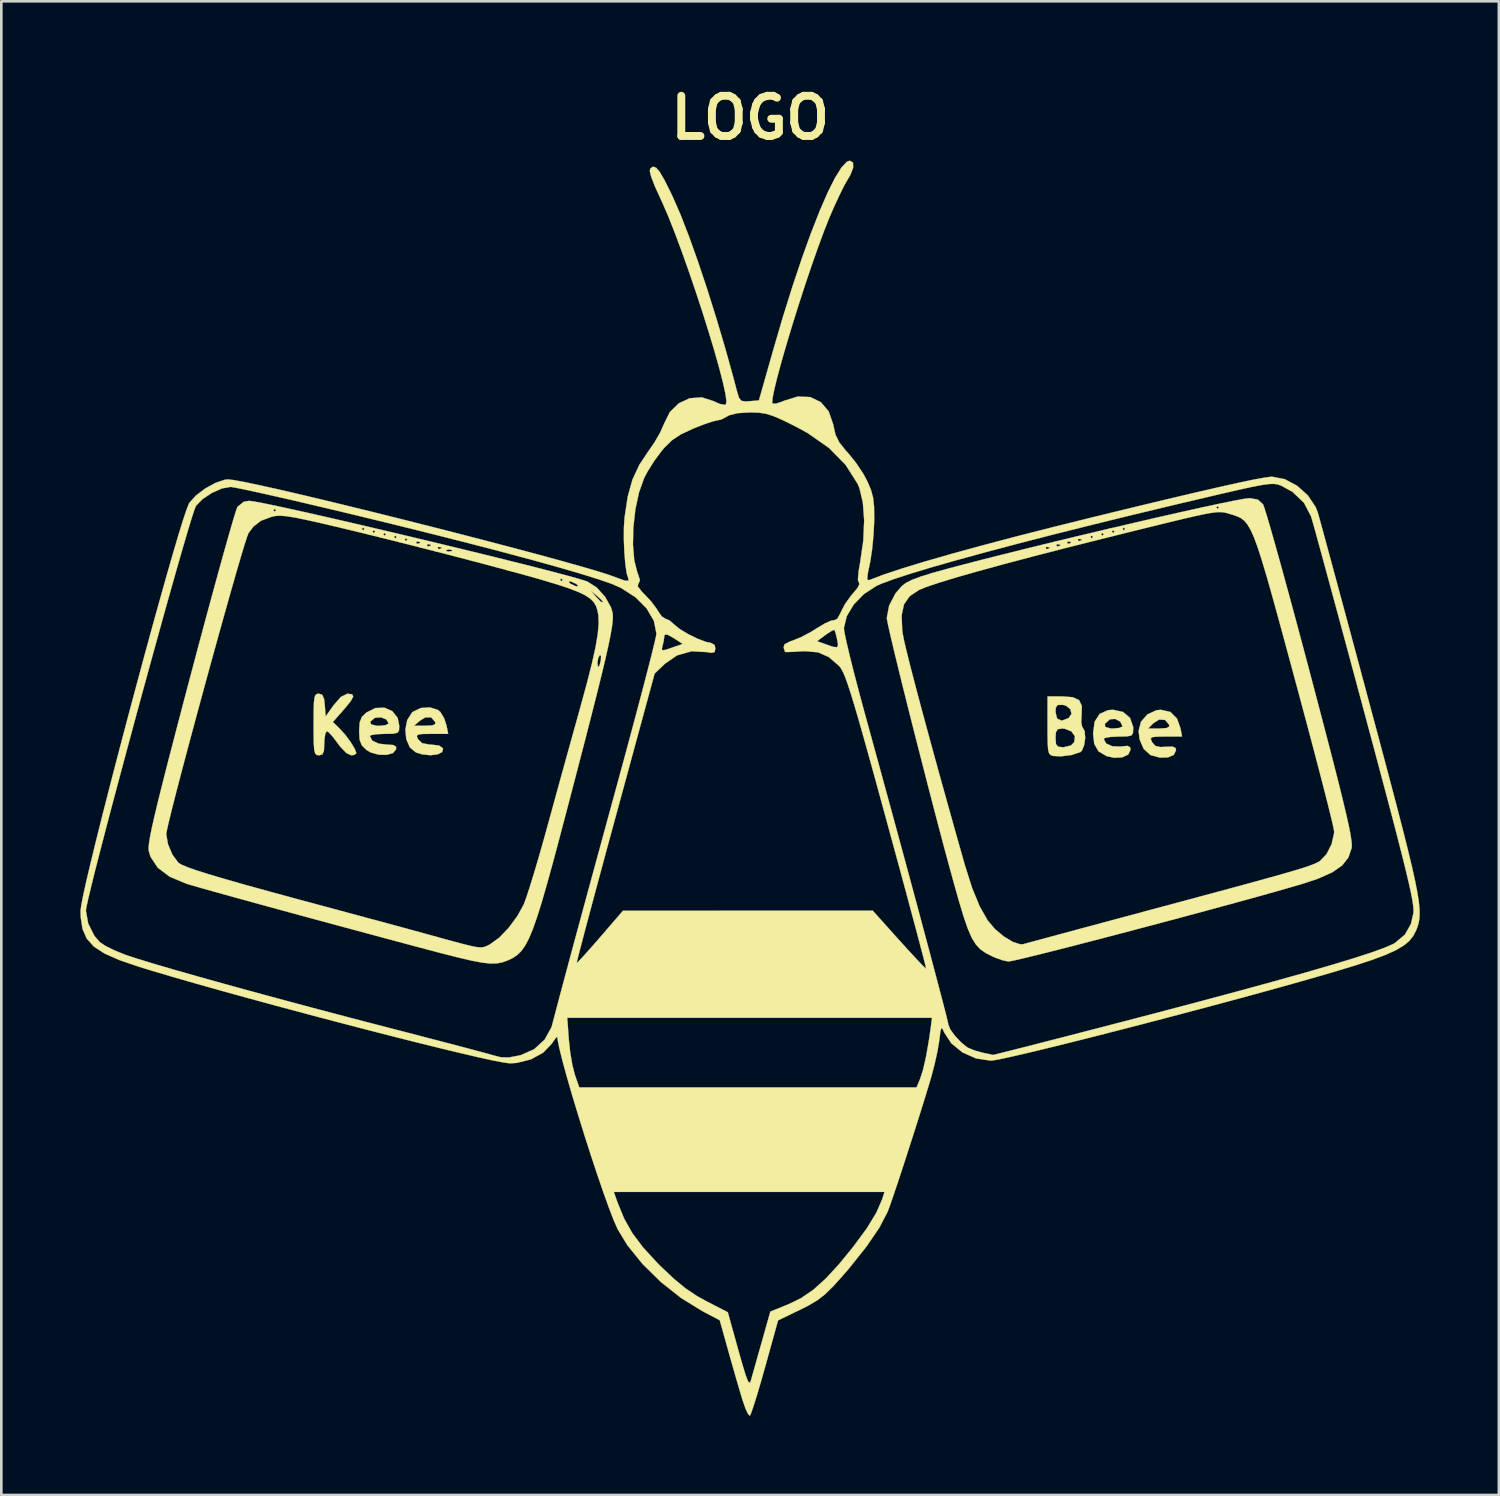
<source format=kicad_pcb>
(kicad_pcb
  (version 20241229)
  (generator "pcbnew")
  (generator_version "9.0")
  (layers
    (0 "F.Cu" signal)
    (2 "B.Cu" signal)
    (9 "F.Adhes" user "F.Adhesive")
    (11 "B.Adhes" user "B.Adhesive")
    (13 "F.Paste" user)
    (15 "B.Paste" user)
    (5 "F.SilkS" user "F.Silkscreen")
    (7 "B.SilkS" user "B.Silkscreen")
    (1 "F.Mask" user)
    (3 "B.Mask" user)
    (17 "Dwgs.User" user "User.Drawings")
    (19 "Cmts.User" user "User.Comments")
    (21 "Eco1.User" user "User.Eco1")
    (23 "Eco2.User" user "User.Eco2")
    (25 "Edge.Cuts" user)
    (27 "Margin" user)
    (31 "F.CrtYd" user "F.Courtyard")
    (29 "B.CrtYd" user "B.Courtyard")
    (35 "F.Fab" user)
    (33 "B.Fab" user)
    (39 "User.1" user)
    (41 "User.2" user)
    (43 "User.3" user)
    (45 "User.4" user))
  (footprint "LOGO"
    (layer "F.Cu")
    (at 25.405 26.818)
    (property "Reference" "LOGO" (at 0 -25.4 0) (layer "F.SilkS") (effects (font (size 1.524 1.524) (thickness 0.3))))
    (attr through_hole)
    (fp_poly (pts (xy 15.94 -2.863) (xy 16.192 -2.61) (xy 16.318 -2.254) (xy 16.383 -1.93) (xy 15.757 -1.93) (xy 15.417 -1.926) (xy 15.241 -1.904) (xy 15.193 -1.847) (xy 15.233 -1.74) (xy 15.245 -1.717) (xy 15.365 -1.577) (xy 15.561 -1.532) (xy 15.757 -1.542) (xy 16.021 -1.55) (xy 16.136 -1.495) (xy 16.154 -1.411) (xy 16.068 -1.236) (xy 15.845 -1.139) (xy 15.543 -1.13) (xy 15.215 -1.218) (xy 15.175 -1.236) (xy 14.925 -1.462) (xy 14.77 -1.823) (xy 14.732 -2.143) (xy 14.756 -2.235) (xy 15.093 -2.235) (xy 15.519 -2.235) (xy 15.79 -2.252) (xy 15.895 -2.31) (xy 15.889 -2.38) (xy 15.736 -2.56) (xy 15.513 -2.575) (xy 15.3 -2.442) (xy 15.093 -2.235) (xy 14.756 -2.235) (xy 14.824 -2.493) (xy 15.067 -2.771) (xy 15.407 -2.928) (xy 15.575 -2.946) (xy 15.94 -2.863)) (stroke (width 0.01) (type solid)) (fill yes) (layer "F.SilkS"))
    (fp_poly (pts (xy -11.852 -2.944) (xy -11.752 -2.864) (xy -11.611 -2.63) (xy -11.52 -2.356) (xy -11.455 -2.032) (xy -12.081 -2.032) (xy -12.421 -2.028) (xy -12.596 -2.005) (xy -12.645 -1.948) (xy -12.606 -1.842) (xy -12.598 -1.829) (xy -12.447 -1.681) (xy -12.173 -1.627) (xy -12.098 -1.626) (xy -11.798 -1.588) (xy -11.652 -1.485) (xy -11.65 -1.482) (xy -11.68 -1.343) (xy -11.856 -1.254) (xy -12.13 -1.222) (xy -12.449 -1.256) (xy -12.676 -1.325) (xy -12.908 -1.516) (xy -13.044 -1.827) (xy -13.08 -2.193) (xy -13.05 -2.344) (xy -12.751 -2.344) (xy -12.322 -2.34) (xy -12.05 -2.354) (xy -11.944 -2.41) (xy -11.949 -2.481) (xy -12.098 -2.656) (xy -12.321 -2.656) (xy -12.517 -2.538) (xy -12.751 -2.344) (xy -13.05 -2.344) (xy -13.011 -2.55) (xy -12.832 -2.836) (xy -12.793 -2.87) (xy -12.496 -3.013) (xy -12.153 -3.037) (xy -11.852 -2.944)) (stroke (width 0.01) (type solid)) (fill yes) (layer "F.SilkS"))
    (fp_poly (pts (xy 14.144 -2.863) (xy 14.409 -2.636) (xy 14.526 -2.299) (xy 14.529 -2.235) (xy 14.519 -2.061) (xy 14.458 -1.97) (xy 14.294 -1.936) (xy 13.979 -1.93) (xy 13.97 -1.93) (xy 13.664 -1.916) (xy 13.461 -1.878) (xy 13.411 -1.841) (xy 13.501 -1.669) (xy 13.73 -1.564) (xy 14.038 -1.55) (xy 14.072 -1.555) (xy 14.313 -1.577) (xy 14.412 -1.523) (xy 14.427 -1.427) (xy 14.339 -1.246) (xy 14.112 -1.14) (xy 13.801 -1.124) (xy 13.513 -1.19) (xy 13.212 -1.368) (xy 13.05 -1.652) (xy 13.005 -2.048) (xy 13.055 -2.415) (xy 13.454 -2.415) (xy 13.466 -2.297) (xy 13.667 -2.238) (xy 13.758 -2.235) (xy 13.997 -2.257) (xy 14.118 -2.311) (xy 14.122 -2.324) (xy 14.037 -2.495) (xy 13.847 -2.599) (xy 13.649 -2.585) (xy 13.637 -2.578) (xy 13.454 -2.415) (xy 13.055 -2.415) (xy 13.067 -2.498) (xy 13.255 -2.79) (xy 13.575 -2.931) (xy 13.767 -2.946) (xy 14.144 -2.863)) (stroke (width 0.01) (type solid)) (fill yes) (layer "F.SilkS"))
    (fp_poly (pts (xy -13.575 -2.894) (xy -13.372 -2.64) (xy -13.31 -2.337) (xy -13.319 -2.163) (xy -13.38 -2.072) (xy -13.544 -2.037) (xy -13.86 -2.032) (xy -13.868 -2.032) (xy -14.174 -2.019) (xy -14.377 -1.984) (xy -14.427 -1.951) (xy -14.335 -1.775) (xy -14.087 -1.66) (xy -13.79 -1.626) (xy -13.533 -1.609) (xy -13.432 -1.542) (xy -13.43 -1.448) (xy -13.548 -1.304) (xy -13.792 -1.235) (xy -14.097 -1.243) (xy -14.399 -1.329) (xy -14.56 -1.425) (xy -14.733 -1.597) (xy -14.814 -1.806) (xy -14.834 -2.133) (xy -14.834 -2.134) (xy -14.813 -2.462) (xy -14.801 -2.493) (xy -14.411 -2.493) (xy -14.379 -2.391) (xy -14.166 -2.34) (xy -14.072 -2.337) (xy -13.837 -2.361) (xy -13.719 -2.422) (xy -13.716 -2.435) (xy -13.801 -2.577) (xy -13.997 -2.658) (xy -14.212 -2.646) (xy -14.252 -2.628) (xy -14.411 -2.493) (xy -14.801 -2.493) (xy -14.732 -2.672) (xy -14.566 -2.837) (xy -14.219 -3.012) (xy -13.873 -3.024) (xy -13.575 -2.894)) (stroke (width 0.01) (type solid)) (fill yes) (layer "F.SilkS"))
    (fp_poly (pts (xy -16.233 -3.516) (xy -16.164 -3.364) (xy -16.135 -3.124) (xy -16.104 -2.692) (xy -15.799 -3.122) (xy -15.524 -3.436) (xy -15.283 -3.553) (xy -15.265 -3.554) (xy -15.098 -3.533) (xy -15.056 -3.45) (xy -15.146 -3.28) (xy -15.375 -2.998) (xy -15.433 -2.931) (xy -15.83 -2.481) (xy -15.569 -2.231) (xy -15.36 -1.998) (xy -15.155 -1.722) (xy -14.999 -1.467) (xy -14.936 -1.297) (xy -14.936 -1.295) (xy -15.02 -1.233) (xy -15.134 -1.219) (xy -15.319 -1.306) (xy -15.549 -1.544) (xy -15.646 -1.676) (xy -15.837 -1.93) (xy -15.993 -2.096) (xy -16.058 -2.134) (xy -16.115 -2.043) (xy -16.15 -1.813) (xy -16.154 -1.676) (xy -16.168 -1.391) (xy -16.223 -1.256) (xy -16.343 -1.219) (xy -16.358 -1.219) (xy -16.445 -1.232) (xy -16.503 -1.292) (xy -16.537 -1.434) (xy -16.555 -1.692) (xy -16.56 -2.102) (xy -16.561 -2.388) (xy -16.558 -2.89) (xy -16.548 -3.224) (xy -16.523 -3.423) (xy -16.477 -3.521) (xy -16.406 -3.554) (xy -16.363 -3.556) (xy -16.233 -3.516)) (stroke (width 0.01) (type solid)) (fill yes) (layer "F.SilkS"))
    (fp_poly (pts (xy 12.235 -3.423) (xy 12.478 -3.309) (xy 12.581 -3.089) (xy 12.571 -2.742) (xy 12.557 -2.474) (xy 12.59 -2.301) (xy 12.608 -2.28) (xy 12.689 -2.128) (xy 12.706 -1.871) (xy 12.666 -1.596) (xy 12.578 -1.388) (xy 12.522 -1.339) (xy 12.184 -1.229) (xy 11.781 -1.179) (xy 11.506 -1.193) (xy 11.406 -1.221) (xy 11.34 -1.285) (xy 11.302 -1.423) (xy 11.284 -1.671) (xy 11.281 -1.88) (xy 11.582 -1.88) (xy 11.6 -1.641) (xy 11.686 -1.543) (xy 11.884 -1.524) (xy 12.172 -1.595) (xy 12.29 -1.72) (xy 12.316 -1.943) (xy 12.181 -2.128) (xy 11.927 -2.228) (xy 11.829 -2.235) (xy 11.662 -2.207) (xy 11.594 -2.084) (xy 11.582 -1.88) (xy 11.281 -1.88) (xy 11.278 -2.067) (xy 11.278 -2.344) (xy 11.278 -2.852) (xy 11.582 -2.852) (xy 11.644 -2.609) (xy 11.815 -2.532) (xy 12.074 -2.629) (xy 12.075 -2.63) (xy 12.187 -2.789) (xy 12.144 -2.968) (xy 11.974 -3.103) (xy 11.861 -3.131) (xy 11.666 -3.13) (xy 11.592 -3.026) (xy 11.582 -2.852) (xy 11.278 -2.852) (xy 11.278 -3.454) (xy 11.824 -3.454) (xy 12.235 -3.423)) (stroke (width 0.01) (type solid)) (fill yes) (layer "F.SilkS"))
    (fp_poly (pts (xy 19.258 -10.918) (xy 19.452 -10.74) (xy 19.504 -10.602) (xy 19.603 -10.286) (xy 19.743 -9.807) (xy 19.92 -9.185) (xy 20.129 -8.435) (xy 20.365 -7.576) (xy 20.624 -6.624) (xy 20.899 -5.597) (xy 21.188 -4.514) (xy 21.245 -4.295) (xy 21.588 -2.994) (xy 21.881 -1.875) (xy 22.127 -0.924) (xy 22.33 -0.127) (xy 22.492 0.53) (xy 22.618 1.06) (xy 22.711 1.478) (xy 22.773 1.797) (xy 22.808 2.032) (xy 22.821 2.197) (xy 22.813 2.3) (xy 22.691 2.658) (xy 22.454 2.959) (xy 22.08 3.219) (xy 21.545 3.458) (xy 21.02 3.634) (xy 20.555 3.772) (xy 19.957 3.943) (xy 19.247 4.142) (xy 18.448 4.362) (xy 17.582 4.598) (xy 16.669 4.844) (xy 15.733 5.095) (xy 14.794 5.344) (xy 13.874 5.587) (xy 12.995 5.816) (xy 12.18 6.027) (xy 11.448 6.213) (xy 10.823 6.37) (xy 10.325 6.49) (xy 9.978 6.57) (xy 9.802 6.601) (xy 9.792 6.602) (xy 9.583 6.559) (xy 9.292 6.455) (xy 9.195 6.413) (xy 8.941 6.285) (xy 8.734 6.142) (xy 8.56 5.957) (xy 8.404 5.703) (xy 8.252 5.354) (xy 8.09 4.882) (xy 7.904 4.261) (xy 7.732 3.652) (xy 7.56 3.027) (xy 7.363 2.297) (xy 7.148 1.486) (xy 6.921 0.617) (xy 6.686 -0.289) (xy 6.45 -1.21) (xy 6.217 -2.121) (xy 5.995 -3.003) (xy 5.788 -3.831) (xy 5.603 -4.583) (xy 5.444 -5.238) (xy 5.318 -5.772) (xy 5.23 -6.164) (xy 5.186 -6.39) (xy 5.182 -6.429) (xy 5.201 -6.533) (xy 5.745 -6.533) (xy 5.766 -5.979) (xy 5.784 -5.838) (xy 5.836 -5.576) (xy 5.94 -5.132) (xy 6.093 -4.523) (xy 6.291 -3.763) (xy 6.53 -2.866) (xy 6.806 -1.848) (xy 7.115 -0.721) (xy 7.454 0.498) (xy 7.817 1.795) (xy 8.14 2.934) (xy 8.42 3.818) (xy 8.707 4.516) (xy 9.008 5.043) (xy 9.284 5.371) (xy 9.629 5.658) (xy 9.968 5.86) (xy 10.25 5.951) (xy 10.363 5.944) (xy 10.49 5.908) (xy 10.793 5.826) (xy 11.251 5.702) (xy 11.846 5.541) (xy 12.557 5.349) (xy 13.363 5.133) (xy 14.245 4.896) (xy 15.088 4.669) (xy 16.352 4.33) (xy 17.435 4.038) (xy 18.352 3.791) (xy 19.117 3.582) (xy 19.746 3.408) (xy 20.253 3.265) (xy 20.653 3.149) (xy 20.962 3.054) (xy 21.194 2.977) (xy 21.364 2.914) (xy 21.488 2.859) (xy 21.579 2.81) (xy 21.614 2.788) (xy 21.861 2.53) (xy 22.051 2.155) (xy 22.145 1.749) (xy 22.149 1.663) (xy 22.123 1.517) (xy 22.048 1.192) (xy 21.929 0.709) (xy 21.771 0.086) (xy 21.578 -0.658) (xy 21.356 -1.506) (xy 21.109 -2.437) (xy 20.842 -3.435) (xy 20.65 -4.147) (xy 20.317 -5.377) (xy 20.032 -6.426) (xy 19.788 -7.308) (xy 19.58 -8.04) (xy 19.401 -8.637) (xy 19.247 -9.113) (xy 19.11 -9.483) (xy 18.985 -9.762) (xy 18.866 -9.967) (xy 18.747 -10.111) (xy 18.622 -10.21) (xy 18.485 -10.278) (xy 18.331 -10.332) (xy 18.201 -10.371) (xy 18.084 -10.406) (xy 17.975 -10.431) (xy 17.854 -10.444) (xy 17.703 -10.44) (xy 17.501 -10.415) (xy 17.232 -10.367) (xy 16.874 -10.291) (xy 16.409 -10.184) (xy 15.818 -10.041) (xy 15.083 -9.86) (xy 14.182 -9.637) (xy 13.411 -9.445) (xy 12.016 -9.094) (xy 10.747 -8.768) (xy 9.617 -8.468) (xy 8.634 -8.199) (xy 7.809 -7.963) (xy 7.153 -7.763) (xy 6.675 -7.602) (xy 6.401 -7.489) (xy 6.05 -7.255) (xy 5.835 -6.947) (xy 5.745 -6.533) (xy 5.201 -6.533) (xy 5.27 -6.898) (xy 5.512 -7.361) (xy 5.755 -7.642) (xy 5.908 -7.758) (xy 6.13 -7.871) (xy 6.451 -7.992) (xy 6.898 -8.132) (xy 7.501 -8.3) (xy 7.825 -8.386) (xy 8.648 -8.6) (xy 9.551 -8.829) (xy 10.513 -9.068) (xy 10.686 -9.11) (xy 11.21 -9.11) (xy 11.224 -9.05) (xy 11.278 -9.042) (xy 11.361 -9.08) (xy 11.345 -9.11) (xy 11.225 -9.122) (xy 11.21 -9.11) (xy 10.686 -9.11) (xy 11.101 -9.212) (xy 11.616 -9.212) (xy 11.63 -9.151) (xy 11.684 -9.144) (xy 11.768 -9.181) (xy 11.752 -9.212) (xy 11.631 -9.224) (xy 11.616 -9.212) (xy 11.101 -9.212) (xy 11.514 -9.313) (xy 11.517 -9.313) (xy 12.023 -9.313) (xy 12.037 -9.253) (xy 12.09 -9.246) (xy 12.174 -9.283) (xy 12.158 -9.313) (xy 12.038 -9.325) (xy 12.023 -9.313) (xy 11.517 -9.313) (xy 11.938 -9.415) (xy 12.429 -9.415) (xy 12.443 -9.355) (xy 12.497 -9.347) (xy 12.58 -9.384) (xy 12.565 -9.415) (xy 12.444 -9.427) (xy 12.429 -9.415) (xy 11.938 -9.415) (xy 12.29 -9.5) (xy 12.903 -9.5) (xy 12.954 -9.449) (xy 13.005 -9.5) (xy 12.954 -9.55) (xy 12.903 -9.5) (xy 12.29 -9.5) (xy 12.531 -9.558) (xy 12.713 -9.601) (xy 13.31 -9.601) (xy 13.36 -9.55) (xy 13.411 -9.601) (xy 13.36 -9.652) (xy 13.31 -9.601) (xy 12.713 -9.601) (xy 13.141 -9.703) (xy 13.716 -9.703) (xy 13.767 -9.652) (xy 13.818 -9.703) (xy 13.767 -9.754) (xy 13.716 -9.703) (xy 13.141 -9.703) (xy 13.544 -9.799) (xy 13.569 -9.804) (xy 14.122 -9.804) (xy 14.173 -9.754) (xy 14.224 -9.804) (xy 14.173 -9.855) (xy 14.122 -9.804) (xy 13.569 -9.804) (xy 14.531 -10.03) (xy 15.471 -10.247) (xy 16.343 -10.445) (xy 17.12 -10.617) (xy 17.678 -10.617) (xy 17.729 -10.566) (xy 17.78 -10.617) (xy 17.729 -10.668) (xy 17.678 -10.617) (xy 17.12 -10.617) (xy 17.126 -10.619) (xy 17.798 -10.763) (xy 18.339 -10.874) (xy 18.726 -10.945) (xy 18.94 -10.973) (xy 18.949 -10.973) (xy 19.258 -10.918)) (stroke (width 0.01) (type solid)) (fill yes) (layer "F.SilkS"))
    (fp_poly (pts (xy -18.821 -10.847) (xy -18.456 -10.779) (xy -17.938 -10.671) (xy -17.286 -10.53) (xy -16.524 -10.359) (xy -15.671 -10.164) (xy -14.749 -9.951) (xy -13.78 -9.723) (xy -12.785 -9.487) (xy -11.786 -9.248) (xy -10.804 -9.01) (xy -9.86 -8.779) (xy -8.975 -8.559) (xy -8.172 -8.357) (xy -7.472 -8.176) (xy -6.895 -8.023) (xy -6.464 -7.902) (xy -6.199 -7.818) (xy -6.172 -7.808) (xy -5.821 -7.582) (xy -5.503 -7.231) (xy -5.279 -6.829) (xy -5.221 -6.632) (xy -5.209 -6.505) (xy -5.214 -6.335) (xy -5.241 -6.107) (xy -5.291 -5.805) (xy -5.37 -5.418) (xy -5.479 -4.929) (xy -5.623 -4.326) (xy -5.804 -3.594) (xy -6.026 -2.719) (xy -6.291 -1.686) (xy -6.604 -0.482) (xy -6.876 0.559) (xy -7.192 1.761) (xy -7.464 2.783) (xy -7.7 3.639) (xy -7.904 4.346) (xy -8.084 4.92) (xy -8.245 5.377) (xy -8.394 5.733) (xy -8.537 6.003) (xy -8.68 6.204) (xy -8.83 6.351) (xy -8.991 6.461) (xy -9.172 6.55) (xy -9.212 6.567) (xy -9.407 6.636) (xy -9.61 6.675) (xy -9.852 6.68) (xy -10.158 6.647) (xy -10.557 6.572) (xy -11.077 6.451) (xy -11.746 6.281) (xy -12.294 6.136) (xy -13.402 5.84) (xy -14.518 5.54) (xy -15.621 5.243) (xy -16.688 4.954) (xy -17.7 4.679) (xy -18.636 4.423) (xy -19.474 4.192) (xy -20.193 3.993) (xy -20.773 3.83) (xy -21.193 3.71) (xy -21.382 3.653) (xy -22.018 3.387) (xy -22.475 3.043) (xy -22.749 2.624) (xy -22.813 2.404) (xy -22.819 2.292) (xy -22.803 2.117) (xy -22.762 1.864) (xy -22.744 1.774) (xy -22.149 1.774) (xy -22.083 2.155) (xy -21.916 2.548) (xy -21.694 2.849) (xy -21.68 2.861) (xy -21.562 2.933) (xy -21.339 3.027) (xy -21 3.146) (xy -20.533 3.293) (xy -19.926 3.474) (xy -19.168 3.69) (xy -18.245 3.945) (xy -17.147 4.244) (xy -16.154 4.511) (xy -15.355 4.726) (xy -14.511 4.954) (xy -13.677 5.179) (xy -12.908 5.388) (xy -12.258 5.566) (xy -12.04 5.626) (xy -11.402 5.802) (xy -10.929 5.929) (xy -10.591 6.013) (xy -10.357 6.058) (xy -10.196 6.068) (xy -10.076 6.048) (xy -9.968 6.002) (xy -9.868 5.95) (xy -9.521 5.699) (xy -9.156 5.318) (xy -8.824 4.866) (xy -8.587 4.432) (xy -8.496 4.188) (xy -8.363 3.781) (xy -8.198 3.247) (xy -8.013 2.62) (xy -7.818 1.934) (xy -7.69 1.473) (xy -7.462 0.641) (xy -7.211 -0.272) (xy -6.954 -1.201) (xy -6.71 -2.08) (xy -6.497 -2.844) (xy -6.455 -2.997) (xy -6.198 -3.936) (xy -6.003 -4.705) (xy -5.997 -4.732) (xy -5.793 -4.732) (xy -5.779 -4.594) (xy -5.752 -4.572) (xy -5.706 -4.658) (xy -5.665 -4.823) (xy -5.658 -4.99) (xy -5.704 -5.02) (xy -5.764 -4.908) (xy -5.793 -4.732) (xy -5.997 -4.732) (xy -5.865 -5.326) (xy -5.781 -5.822) (xy -5.747 -6.215) (xy -5.758 -6.528) (xy -5.799 -6.738) (xy -5.853 -6.892) (xy -5.936 -7.03) (xy -6.064 -7.16) (xy -6.255 -7.286) (xy -6.525 -7.417) (xy -6.658 -7.468) (xy -6.045 -7.468) (xy -5.852 -7.239) (xy -5.672 -7.047) (xy -5.593 -7.019) (xy -5.588 -7.045) (xy -5.657 -7.128) (xy -5.817 -7.274) (xy -6.045 -7.468) (xy -6.658 -7.468) (xy -6.892 -7.558) (xy -7.373 -7.716) (xy -7.582 -7.778) (xy -6.876 -7.778) (xy -6.807 -7.722) (xy -6.622 -7.636) (xy -6.553 -7.623) (xy -6.535 -7.665) (xy -6.604 -7.722) (xy -6.789 -7.808) (xy -6.858 -7.82) (xy -6.876 -7.778) (xy -7.582 -7.778) (xy -7.904 -7.874) (xy -7.214 -7.874) (xy -7.163 -7.823) (xy -7.112 -7.874) (xy -7.163 -7.925) (xy -7.214 -7.874) (xy -7.904 -7.874) (xy -7.984 -7.898) (xy -8.742 -8.11) (xy -9.666 -8.359) (xy -10.668 -8.625) (xy -11.536 -8.851) (xy -11.98 -8.965) (xy -11.538 -8.965) (xy -11.438 -8.949) (xy -11.307 -8.968) (xy -11.305 -9.002) (xy -11.441 -9.026) (xy -11.5 -9.01) (xy -11.538 -8.965) (xy -11.98 -8.965) (xy -12.485 -9.094) (xy -12.547 -9.11) (xy -11.853 -9.11) (xy -11.839 -9.05) (xy -11.786 -9.042) (xy -11.702 -9.08) (xy -11.718 -9.11) (xy -11.838 -9.122) (xy -11.853 -9.11) (xy -12.547 -9.11) (xy -12.949 -9.212) (xy -12.26 -9.212) (xy -12.246 -9.151) (xy -12.192 -9.144) (xy -12.108 -9.181) (xy -12.124 -9.212) (xy -12.245 -9.224) (xy -12.26 -9.212) (xy -12.949 -9.212) (xy -13.352 -9.313) (xy -12.666 -9.313) (xy -12.652 -9.253) (xy -12.598 -9.246) (xy -12.515 -9.283) (xy -12.531 -9.313) (xy -12.651 -9.325) (xy -12.666 -9.313) (xy -13.352 -9.313) (xy -13.453 -9.339) (xy -13.691 -9.398) (xy -13.106 -9.398) (xy -13.056 -9.347) (xy -13.005 -9.398) (xy -13.056 -9.449) (xy -13.106 -9.398) (xy -13.691 -9.398) (xy -14.099 -9.5) (xy -13.513 -9.5) (xy -13.462 -9.449) (xy -13.411 -9.5) (xy -13.462 -9.55) (xy -13.513 -9.5) (xy -14.099 -9.5) (xy -14.38 -9.569) (xy -14.51 -9.601) (xy -13.919 -9.601) (xy -13.868 -9.55) (xy -13.818 -9.601) (xy -13.868 -9.652) (xy -13.919 -9.601) (xy -14.51 -9.601) (xy -14.927 -9.703) (xy -14.326 -9.703) (xy -14.275 -9.652) (xy -14.224 -9.703) (xy -14.275 -9.754) (xy -14.326 -9.703) (xy -14.927 -9.703) (xy -15.203 -9.77) (xy -15.346 -9.804) (xy -14.732 -9.804) (xy -14.681 -9.754) (xy -14.63 -9.804) (xy -14.681 -9.855) (xy -14.732 -9.804) (xy -15.346 -9.804) (xy -15.561 -9.856) (xy -16.294 -10.027) (xy -16.858 -10.153) (xy -17.283 -10.239) (xy -17.596 -10.289) (xy -17.826 -10.307) (xy -18.002 -10.298) (xy -18.152 -10.266) (xy -18.555 -10.116) (xy -18.837 -9.901) (xy -19.026 -9.652) (xy -19.083 -9.508) (xy -19.185 -9.19) (xy -19.327 -8.719) (xy -19.503 -8.117) (xy -19.706 -7.406) (xy -19.931 -6.608) (xy -20.172 -5.746) (xy -20.423 -4.839) (xy -20.677 -3.912) (xy -20.929 -2.985) (xy -21.173 -2.08) (xy -21.403 -1.22) (xy -21.612 -0.427) (xy -21.796 0.279) (xy -21.947 0.875) (xy -22.06 1.338) (xy -22.129 1.648) (xy -22.149 1.774) (xy -22.744 1.774) (xy -22.693 1.521) (xy -22.592 1.073) (xy -22.456 0.507) (xy -22.282 -0.19) (xy -22.067 -1.032) (xy -21.807 -2.033) (xy -21.5 -3.207) (xy -21.24 -4.192) (xy -20.95 -5.286) (xy -20.671 -6.326) (xy -20.409 -7.294) (xy -20.168 -8.174) (xy -19.954 -8.947) (xy -19.77 -9.597) (xy -19.623 -10.105) (xy -19.516 -10.455) (xy -19.495 -10.516) (xy -18.085 -10.516) (xy -18.034 -10.465) (xy -17.983 -10.516) (xy -18.034 -10.566) (xy -18.085 -10.516) (xy -19.495 -10.516) (xy -19.454 -10.63) (xy -19.448 -10.643) (xy -19.21 -10.837) (xy -19.009 -10.871) (xy -18.821 -10.847)) (stroke (width 0.01) (type solid)) (fill yes) (layer "F.SilkS"))
    (fp_poly (pts (xy 3.901 -23.7) (xy 3.906 -23.503) (xy 3.796 -23.224) (xy 3.72 -23.098) (xy 3.574 -22.843) (xy 3.382 -22.456) (xy 3.169 -21.996) (xy 3.007 -21.62) (xy 2.8 -21.1) (xy 2.572 -20.482) (xy 2.33 -19.793) (xy 2.082 -19.058) (xy 1.837 -18.302) (xy 1.601 -17.551) (xy 1.384 -16.83) (xy 1.192 -16.166) (xy 1.034 -15.584) (xy 0.917 -15.108) (xy 0.849 -14.766) (xy 0.838 -14.583) (xy 0.847 -14.563) (xy 0.974 -14.557) (xy 1.204 -14.631) (xy 1.275 -14.663) (xy 1.803 -14.827) (xy 2.28 -14.807) (xy 2.68 -14.615) (xy 2.978 -14.263) (xy 3.151 -13.764) (xy 3.157 -13.726) (xy 3.237 -13.378) (xy 3.378 -13.091) (xy 3.624 -12.781) (xy 3.711 -12.687) (xy 4.014 -12.314) (xy 4.299 -11.884) (xy 4.448 -11.605) (xy 4.583 -11.283) (xy 4.662 -10.99) (xy 4.699 -10.654) (xy 4.705 -10.201) (xy 4.704 -10.109) (xy 4.679 -9.587) (xy 4.626 -9.039) (xy 4.555 -8.57) (xy 4.541 -8.502) (xy 4.466 -8.142) (xy 4.44 -7.942) (xy 4.462 -7.864) (xy 4.534 -7.871) (xy 4.558 -7.881) (xy 5.057 -8.071) (xy 5.742 -8.299) (xy 6.599 -8.561) (xy 7.617 -8.854) (xy 8.781 -9.173) (xy 10.078 -9.516) (xy 11.496 -9.878) (xy 13.02 -10.256) (xy 14.49 -10.614) (xy 15.769 -10.921) (xy 16.863 -11.179) (xy 17.778 -11.39) (xy 18.519 -11.555) (xy 19.091 -11.675) (xy 19.501 -11.75) (xy 19.753 -11.784) (xy 19.8 -11.786) (xy 20.277 -11.693) (xy 20.746 -11.443) (xy 21.155 -11.076) (xy 21.45 -10.632) (xy 21.525 -10.442) (xy 21.569 -10.29) (xy 21.66 -9.959) (xy 21.795 -9.465) (xy 21.969 -8.823) (xy 22.178 -8.052) (xy 22.417 -7.167) (xy 22.682 -6.185) (xy 22.968 -5.122) (xy 23.271 -3.995) (xy 23.515 -3.083) (xy 23.895 -1.665) (xy 24.224 -0.429) (xy 24.506 0.64) (xy 24.743 1.554) (xy 24.938 2.329) (xy 25.095 2.978) (xy 25.215 3.516) (xy 25.302 3.957) (xy 25.359 4.314) (xy 25.388 4.602) (xy 25.393 4.836) (xy 25.376 5.028) (xy 25.341 5.194) (xy 25.29 5.347) (xy 25.258 5.425) (xy 25.15 5.635) (xy 24.999 5.824) (xy 24.785 6.001) (xy 24.49 6.174) (xy 24.094 6.353) (xy 23.578 6.545) (xy 22.923 6.76) (xy 22.11 7.006) (xy 21.119 7.292) (xy 21.082 7.303) (xy 20.154 7.564) (xy 19.16 7.838) (xy 18.119 8.12) (xy 17.051 8.407) (xy 15.974 8.691) (xy 14.91 8.97) (xy 13.878 9.236) (xy 12.896 9.487) (xy 11.985 9.715) (xy 11.165 9.917) (xy 10.454 10.088) (xy 9.873 10.221) (xy 9.441 10.314) (xy 9.178 10.359) (xy 9.125 10.363) (xy 8.568 10.28) (xy 8.052 10.051) (xy 7.631 9.708) (xy 7.367 9.308) (xy 7.296 9.155) (xy 7.251 9.129) (xy 7.216 9.253) (xy 7.177 9.551) (xy 7.17 9.613) (xy 7.105 10.002) (xy 6.997 10.49) (xy 6.868 10.984) (xy 6.841 11.074) (xy 6.668 11.644) (xy 6.468 12.289) (xy 6.251 12.976) (xy 6.028 13.671) (xy 5.811 14.342) (xy 5.61 14.954) (xy 5.435 15.473) (xy 5.299 15.866) (xy 5.211 16.1) (xy 5.21 16.104) (xy 4.893 16.708) (xy 4.409 17.418) (xy 3.761 18.23) (xy 3.516 18.515) (xy 3.143 18.928) (xy 2.84 19.225) (xy 2.552 19.449) (xy 2.223 19.645) (xy 1.898 19.809) (xy 1.057 20.216) (xy 0.562 22) (xy 0.4 22.571) (xy 0.252 23.072) (xy 0.126 23.471) (xy 0.035 23.735) (xy -0.012 23.833) (xy -0.079 23.77) (xy -0.179 23.557) (xy -0.288 23.244) (xy -0.397 22.882) (xy -0.54 22.393) (xy -0.696 21.847) (xy -0.82 21.408) (xy -1.155 20.21) (xy -1.822 19.859) (xy -2.621 19.366) (xy -3.389 18.759) (xy -4.082 18.077) (xy -4.658 17.365) (xy -5.023 16.764) (xy -5.167 16.442) (xy -5.349 15.97) (xy -5.563 15.377) (xy -5.575 15.342) (xy -5.173 15.342) (xy -5.036 15.73) (xy -4.782 16.351) (xy -4.47 16.905) (xy -4.064 17.446) (xy -3.528 18.029) (xy -3.416 18.142) (xy -2.901 18.63) (xy -2.453 19) (xy -2.014 19.293) (xy -1.669 19.484) (xy -0.849 19.905) (xy -0.45 21.34) (xy -0.294 21.892) (xy -0.179 22.269) (xy -0.097 22.491) (xy -0.039 22.58) (xy 0.004 22.556) (xy 0.029 22.487) (xy 0.088 22.276) (xy 0.188 21.921) (xy 0.314 21.474) (xy 0.437 21.041) (xy 0.764 19.882) (xy 1.467 19.597) (xy 1.938 19.366) (xy 2.395 19.053) (xy 2.864 18.631) (xy 3.374 18.078) (xy 3.908 17.424) (xy 4.422 16.726) (xy 4.785 16.129) (xy 5.009 15.615) (xy 5.023 15.57) (xy 5.094 15.342) (xy -5.173 15.342) (xy -5.575 15.342) (xy -5.797 14.695) (xy -6.043 13.953) (xy -6.291 13.179) (xy -6.532 12.404) (xy -6.757 11.659) (xy -6.956 10.971) (xy -7.12 10.371) (xy -7.24 9.89) (xy -7.307 9.556) (xy -7.317 9.456) (xy -7.365 9.493) (xy -7.484 9.657) (xy -7.526 9.722) (xy -7.853 10.061) (xy -8.314 10.313) (xy -8.852 10.449) (xy -9.109 10.465) (xy -9.331 10.438) (xy -9.729 10.362) (xy -10.282 10.241) (xy -10.972 10.081) (xy -11.779 9.886) (xy -12.682 9.663) (xy -13.662 9.415) (xy -14.699 9.149) (xy -15.773 8.869) (xy -16.865 8.58) (xy -17.954 8.288) (xy -19.021 7.998) (xy -20.047 7.715) (xy -21.01 7.444) (xy -21.892 7.19) (xy -22.673 6.959) (xy -23.184 6.802) (xy -23.926 6.549) (xy -24.489 6.3) (xy -24.896 6.035) (xy -25.167 5.732) (xy -25.325 5.37) (xy -25.393 4.928) (xy -25.4 4.684) (xy -25.399 4.675) (xy -25.197 4.675) (xy -25.11 5.161) (xy -24.878 5.625) (xy -24.671 5.867) (xy -24.454 6.011) (xy -24.113 6.181) (xy -23.715 6.342) (xy -23.667 6.359) (xy -23.236 6.5) (xy -22.627 6.686) (xy -21.863 6.91) (xy -20.962 7.167) (xy -19.945 7.451) (xy -18.832 7.757) (xy -17.643 8.079) (xy -16.4 8.412) (xy -15.121 8.749) (xy -13.827 9.086) (xy -13.818 9.088) (xy -12.961 9.31) (xy -12.158 9.519) (xy -11.433 9.708) (xy -10.808 9.873) (xy -10.307 10.006) (xy -9.952 10.102) (xy -9.767 10.154) (xy -9.754 10.159) (xy -9.446 10.237) (xy -9.144 10.24) (xy -8.755 10.166) (xy -8.69 10.15) (xy -8.195 9.93) (xy -7.797 9.565) (xy -7.54 9.101) (xy -7.512 9.006) (xy -7.441 8.738) (xy -6.939 8.738) (xy -6.878 9.576) (xy -6.827 10.045) (xy -6.749 10.506) (xy -6.66 10.865) (xy -6.65 10.897) (xy -6.483 11.379) (xy 6.31 11.379) (xy 6.447 11.049) (xy 6.558 10.703) (xy 6.672 10.201) (xy 6.779 9.593) (xy 6.847 9.119) (xy 6.896 8.738) (xy -6.939 8.738) (xy -7.441 8.738) (xy -7.343 8.364) (xy -7.149 7.633) (xy -6.925 6.798) (xy -6.888 6.657) (xy -6.58 6.657) (xy -6.508 6.594) (xy -6.329 6.403) (xy -6.07 6.114) (xy -5.754 5.754) (xy -5.69 5.679) (xy -4.826 4.677) (xy -0.088 4.675) (xy 4.649 4.674) (xy 5.648 5.787) (xy 6.001 6.176) (xy 6.302 6.502) (xy 6.528 6.739) (xy 6.655 6.862) (xy 6.673 6.873) (xy 6.652 6.773) (xy 6.582 6.495) (xy 6.467 6.055) (xy 6.313 5.472) (xy 6.123 4.763) (xy 5.904 3.946) (xy 5.658 3.038) (xy 5.391 2.056) (xy 5.176 1.268) (xy 4.845 0.058) (xy 4.562 -0.971) (xy 4.321 -1.834) (xy 4.119 -2.546) (xy 3.95 -3.123) (xy 3.81 -3.58) (xy 3.694 -3.932) (xy 3.598 -4.195) (xy 3.516 -4.384) (xy 3.445 -4.514) (xy 3.379 -4.6) (xy 3.376 -4.603) (xy 2.982 -4.945) (xy 2.574 -5.125) (xy 2.08 -5.169) (xy 1.914 -5.161) (xy 1.598 -5.142) (xy 1.383 -5.135) (xy 1.321 -5.141) (xy 1.29 -5.242) (xy 1.266 -5.308) (xy 1.304 -5.432) (xy 1.53 -5.546) (xy 1.538 -5.548) (xy 2.538 -5.548) (xy 2.869 -5.428) (xy 3.16 -5.329) (xy 3.301 -5.321) (xy 3.332 -5.421) (xy 3.298 -5.613) (xy 3.242 -5.848) (xy 3.199 -5.975) (xy 3.197 -5.978) (xy 3.104 -5.946) (xy 2.913 -5.825) (xy 2.852 -5.78) (xy 2.538 -5.548) (xy 1.538 -5.548) (xy 1.614 -5.572) (xy 1.927 -5.699) (xy 2.301 -5.897) (xy 2.506 -6.024) (xy 3.556 -6.024) (xy 3.583 -5.841) (xy 3.658 -5.489) (xy 3.775 -4.995) (xy 3.928 -4.385) (xy 4.11 -3.686) (xy 4.315 -2.924) (xy 4.43 -2.505) (xy 4.731 -1.409) (xy 5.039 -0.286) (xy 5.349 0.848) (xy 5.655 1.974) (xy 5.954 3.075) (xy 6.24 4.134) (xy 6.508 5.134) (xy 6.755 6.057) (xy 6.976 6.885) (xy 7.165 7.602) (xy 7.319 8.189) (xy 7.432 8.63) (xy 7.5 8.908) (xy 7.518 9.001) (xy 7.588 9.175) (xy 7.763 9.415) (xy 7.99 9.659) (xy 8.215 9.845) (xy 8.266 9.876) (xy 8.519 9.979) (xy 8.83 10.064) (xy 8.839 10.066) (xy 9.076 10.115) (xy 9.2 10.146) (xy 9.205 10.148) (xy 9.302 10.126) (xy 9.575 10.058) (xy 10.003 9.95) (xy 10.566 9.807) (xy 11.241 9.634) (xy 12.009 9.436) (xy 12.849 9.219) (xy 13.168 9.137) (xy 15.127 8.627) (xy 16.891 8.162) (xy 18.463 7.741) (xy 19.848 7.362) (xy 21.047 7.026) (xy 22.064 6.731) (xy 22.902 6.476) (xy 23.564 6.261) (xy 24.055 6.083) (xy 24.376 5.944) (xy 24.455 5.9) (xy 24.833 5.584) (xy 25.062 5.178) (xy 25.156 4.768) (xy 25.161 4.655) (xy 25.149 4.496) (xy 25.117 4.277) (xy 25.061 3.984) (xy 24.977 3.605) (xy 24.863 3.125) (xy 24.716 2.532) (xy 24.531 1.811) (xy 24.307 0.949) (xy 24.038 -0.067) (xy 23.723 -1.25) (xy 23.357 -2.615) (xy 23.323 -2.743) (xy 23.008 -3.916) (xy 22.705 -5.042) (xy 22.418 -6.103) (xy 22.153 -7.082) (xy 21.914 -7.963) (xy 21.706 -8.728) (xy 21.532 -9.361) (xy 21.399 -9.845) (xy 21.309 -10.162) (xy 21.273 -10.284) (xy 21.003 -10.798) (xy 20.568 -11.213) (xy 20.139 -11.448) (xy 20.012 -11.492) (xy 19.868 -11.514) (xy 19.678 -11.509) (xy 19.413 -11.473) (xy 19.042 -11.401) (xy 18.536 -11.291) (xy 17.865 -11.136) (xy 17.803 -11.122) (xy 16.132 -10.729) (xy 14.523 -10.343) (xy 12.99 -9.967) (xy 11.544 -9.605) (xy 10.2 -9.259) (xy 8.97 -8.933) (xy 7.866 -8.631) (xy 6.902 -8.356) (xy 6.09 -8.111) (xy 5.444 -7.901) (xy 4.976 -7.728) (xy 4.79 -7.645) (xy 4.316 -7.336) (xy 3.928 -6.937) (xy 3.663 -6.496) (xy 3.557 -6.059) (xy 3.556 -6.024) (xy 2.506 -6.024) (xy 2.536 -6.043) (xy 2.829 -6.219) (xy 3.068 -6.327) (xy 3.183 -6.343) (xy 3.301 -6.395) (xy 3.423 -6.609) (xy 3.439 -6.652) (xy 3.594 -6.953) (xy 3.823 -7.273) (xy 3.902 -7.363) (xy 4.074 -7.572) (xy 4.145 -7.716) (xy 4.129 -7.751) (xy 4.086 -7.872) (xy 4.11 -8.184) (xy 4.171 -8.541) (xy 4.29 -9.361) (xy 4.323 -10.132) (xy 4.273 -10.813) (xy 4.141 -11.362) (xy 4.076 -11.515) (xy 3.618 -12.236) (xy 2.99 -12.876) (xy 2.182 -13.441) (xy 1.706 -13.7) (xy 1.232 -13.933) (xy 0.882 -14.085) (xy 0.601 -14.173) (xy 0.335 -14.214) (xy 0.03 -14.225) (xy -0.006 -14.225) (xy -0.482 -14.196) (xy -0.8 -14.115) (xy -0.87 -14.075) (xy -1.098 -13.955) (xy -1.247 -13.922) (xy -1.423 -13.883) (xy -1.725 -13.782) (xy -2.095 -13.638) (xy -2.177 -13.604) (xy -2.631 -13.392) (xy -2.965 -13.17) (xy -3.256 -12.885) (xy -3.357 -12.766) (xy -3.632 -12.396) (xy -3.888 -11.99) (xy -4.023 -11.735) (xy -4.216 -11.194) (xy -4.353 -10.555) (xy -4.431 -9.874) (xy -4.447 -9.208) (xy -4.397 -8.611) (xy -4.276 -8.141) (xy -4.255 -8.092) (xy -4.181 -7.868) (xy -4.225 -7.749) (xy -4.246 -7.735) (xy -4.262 -7.625) (xy -4.105 -7.42) (xy -4.008 -7.324) (xy -3.755 -7.054) (xy -3.548 -6.778) (xy -3.499 -6.694) (xy -3.357 -6.491) (xy -3.22 -6.401) (xy -3.214 -6.401) (xy -3.053 -6.331) (xy -2.886 -6.183) (xy -2.671 -6.008) (xy -2.35 -5.815) (xy -1.993 -5.641) (xy -1.673 -5.52) (xy -1.499 -5.487) (xy -1.349 -5.404) (xy -1.321 -5.275) (xy -1.348 -5.134) (xy -1.468 -5.104) (xy -1.635 -5.133) (xy -2.225 -5.165) (xy -2.778 -5.007) (xy -3.233 -4.693) (xy -3.625 -4.318) (xy -5.116 1.158) (xy -5.393 2.175) (xy -5.651 3.131) (xy -5.888 4.009) (xy -6.097 4.791) (xy -6.275 5.46) (xy -6.416 5.998) (xy -6.517 6.387) (xy -6.572 6.61) (xy -6.58 6.657) (xy -6.888 6.657) (xy -6.669 5.845) (xy -6.375 4.76) (xy -6.04 3.527) (xy -5.66 2.133) (xy -5.231 0.562) (xy -5.074 -0.013) (xy -4.793 -1.045) (xy -4.529 -2.025) (xy -4.286 -2.933) (xy -4.07 -3.751) (xy -3.886 -4.46) (xy -3.737 -5.042) (xy -3.685 -5.257) (xy -3.352 -5.257) (xy -3.325 -5.199) (xy -3.189 -5.225) (xy -2.932 -5.314) (xy -2.562 -5.443) (xy -2.906 -5.669) (xy -3.146 -5.799) (xy -3.249 -5.788) (xy -3.253 -5.767) (xy -3.279 -5.57) (xy -3.315 -5.41) (xy -3.352 -5.257) (xy -3.685 -5.257) (xy -3.63 -5.478) (xy -3.569 -5.75) (xy -3.556 -5.833) (xy -3.653 -6.318) (xy -3.927 -6.788) (xy -4.351 -7.214) (xy -4.9 -7.567) (xy -5.245 -7.719) (xy -5.766 -7.899) (xy -6.472 -8.119) (xy -7.348 -8.373) (xy -8.382 -8.66) (xy -9.559 -8.974) (xy -10.866 -9.312) (xy -12.288 -9.671) (xy -13.811 -10.048) (xy -15.422 -10.437) (xy -16.612 -10.719) (xy -17.354 -10.893) (xy -18.042 -11.05) (xy -18.648 -11.185) (xy -19.144 -11.293) (xy -19.503 -11.366) (xy -19.696 -11.398) (xy -19.711 -11.399) (xy -20.04 -11.34) (xy -20.422 -11.169) (xy -20.779 -10.931) (xy -21.018 -10.686) (xy -21.076 -10.545) (xy -21.181 -10.225) (xy -21.327 -9.746) (xy -21.509 -9.127) (xy -21.722 -8.387) (xy -21.961 -7.543) (xy -22.221 -6.616) (xy -22.496 -5.624) (xy -22.783 -4.584) (xy -23.075 -3.518) (xy -23.367 -2.442) (xy -23.655 -1.376) (xy -23.933 -0.338) (xy -24.197 0.652) (xy -24.44 1.577) (xy -24.658 2.416) (xy -24.847 3.152) (xy -24.999 3.766) (xy -25.112 4.238) (xy -25.179 4.551) (xy -25.197 4.675) (xy -25.399 4.675) (xy -25.373 4.469) (xy -25.297 4.08) (xy -25.177 3.536) (xy -25.016 2.857) (xy -24.822 2.061) (xy -24.599 1.167) (xy -24.351 0.195) (xy -24.085 -0.835) (xy -23.805 -1.905) (xy -23.516 -2.994) (xy -23.224 -4.085) (xy -22.934 -5.158) (xy -22.651 -6.192) (xy -22.379 -7.17) (xy -22.125 -8.072) (xy -21.893 -8.878) (xy -21.689 -9.57) (xy -21.517 -10.127) (xy -21.382 -10.531) (xy -21.291 -10.763) (xy -21.274 -10.794) (xy -21.024 -11.072) (xy -20.669 -11.34) (xy -20.278 -11.554) (xy -19.921 -11.673) (xy -19.807 -11.684) (xy -19.584 -11.658) (xy -19.184 -11.585) (xy -18.629 -11.469) (xy -17.939 -11.315) (xy -17.133 -11.129) (xy -16.233 -10.915) (xy -15.258 -10.679) (xy -14.228 -10.426) (xy -13.165 -10.161) (xy -12.088 -9.889) (xy -11.017 -9.616) (xy -9.973 -9.345) (xy -8.975 -9.083) (xy -8.046 -8.835) (xy -7.203 -8.605) (xy -6.469 -8.399) (xy -5.862 -8.222) (xy -5.404 -8.079) (xy -5.114 -7.975) (xy -5.112 -7.974) (xy -4.779 -7.852) (xy -4.617 -7.835) (xy -4.621 -7.922) (xy -4.622 -7.923) (xy -4.685 -8.124) (xy -4.736 -8.475) (xy -4.773 -8.919) (xy -4.792 -9.403) (xy -4.79 -9.871) (xy -4.765 -10.242) (xy -4.646 -11.03) (xy -4.466 -11.677) (xy -4.203 -12.241) (xy -3.882 -12.723) (xy -3.627 -13.093) (xy -3.411 -13.468) (xy -3.278 -13.769) (xy -3.273 -13.785) (xy -3.049 -14.237) (xy -2.708 -14.57) (xy -2.291 -14.763) (xy -1.839 -14.797) (xy -1.409 -14.66) (xy -1.152 -14.547) (xy -0.959 -14.513) (xy -0.923 -14.524) (xy -0.9 -14.65) (xy -0.941 -14.942) (xy -1.037 -15.376) (xy -1.18 -15.928) (xy -1.362 -16.573) (xy -1.577 -17.287) (xy -1.816 -18.046) (xy -2.072 -18.825) (xy -2.336 -19.6) (xy -2.602 -20.347) (xy -2.861 -21.041) (xy -3.105 -21.658) (xy -3.328 -22.174) (xy -3.377 -22.279) (xy -3.614 -22.799) (xy -3.755 -23.161) (xy -3.808 -23.385) (xy -3.785 -23.484) (xy -3.68 -23.546) (xy -3.567 -23.507) (xy -3.43 -23.346) (xy -3.253 -23.043) (xy -3.021 -22.58) (xy -2.927 -22.381) (xy -2.638 -21.718) (xy -2.317 -20.891) (xy -1.975 -19.931) (xy -1.622 -18.874) (xy -1.27 -17.752) (xy -0.929 -16.599) (xy -0.611 -15.448) (xy -0.509 -15.056) (xy -0.428 -14.787) (xy -0.334 -14.665) (xy -0.166 -14.641) (xy -0.032 -14.65) (xy 0.331 -14.681) (xy 0.879 -16.612) (xy 1.241 -17.846) (xy 1.603 -19.002) (xy 1.959 -20.065) (xy 2.304 -21.022) (xy 2.632 -21.859) (xy 2.937 -22.562) (xy 3.215 -23.117) (xy 3.46 -23.512) (xy 3.666 -23.732) (xy 3.778 -23.774) (xy 3.901 -23.7)) (stroke (width 0.01) (type solid)) (fill yes) (layer "F.SilkS")))
  (gr_rect
    (start -3 -3)
    (end 53.803 53.656)
    (stroke (width 0.1) (type default))
    (fill no)
    (layer "Edge.Cuts")))
</source>
